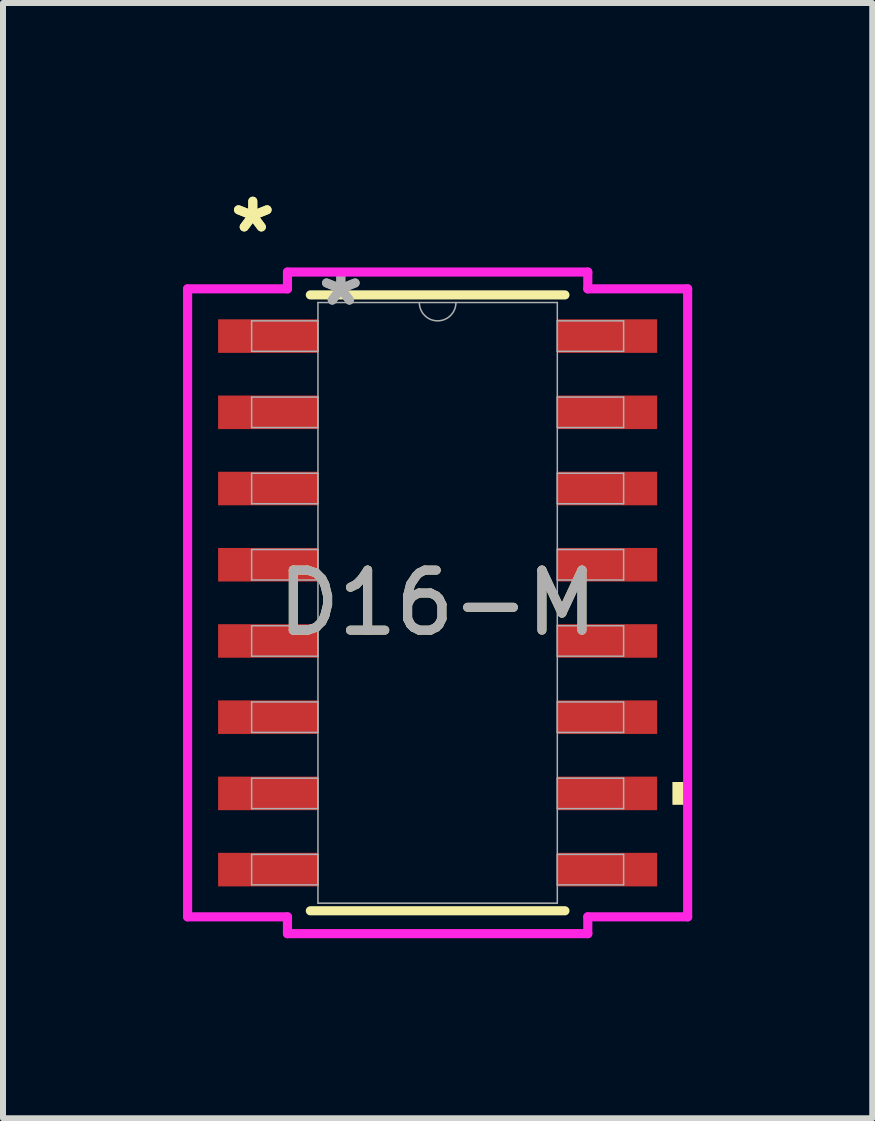
<source format=kicad_pcb>
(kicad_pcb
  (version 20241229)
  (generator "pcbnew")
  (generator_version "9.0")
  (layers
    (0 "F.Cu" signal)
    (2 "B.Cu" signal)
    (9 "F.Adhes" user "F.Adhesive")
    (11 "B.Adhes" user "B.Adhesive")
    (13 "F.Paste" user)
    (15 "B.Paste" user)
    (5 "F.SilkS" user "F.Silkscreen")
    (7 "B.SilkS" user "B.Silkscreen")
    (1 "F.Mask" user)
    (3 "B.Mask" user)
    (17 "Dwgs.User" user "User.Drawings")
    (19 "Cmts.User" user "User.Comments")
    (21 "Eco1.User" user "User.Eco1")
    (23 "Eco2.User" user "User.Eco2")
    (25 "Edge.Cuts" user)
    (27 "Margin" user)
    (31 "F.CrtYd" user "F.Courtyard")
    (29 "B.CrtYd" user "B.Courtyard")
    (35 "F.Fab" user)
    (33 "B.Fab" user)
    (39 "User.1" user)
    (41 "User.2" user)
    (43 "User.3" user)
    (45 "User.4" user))
  (footprint "D16-M"
    (layer "F.Cu")
    (at 4.242 6.995)
    (property "Reference" "D16-M" (at 0 0 0) (unlocked yes) (layer "F.SilkS") (effects (font (size 1 1) (thickness 0.15))))
    (attr smd)
    (fp_line (start -2.121 5.131) (end 2.121 5.131) (stroke (width 0.152) (type solid)) (layer "F.SilkS"))
    (fp_line (start 2.121 -5.131) (end -2.121 -5.131) (stroke (width 0.152) (type solid)) (layer "F.SilkS"))
    (fp_poly (pts (xy 4.166 2.985) (xy 4.166 3.365) (xy 3.912 3.365) (xy 3.912 2.985)) (stroke (width 0) (type solid)) (fill yes) (layer "F.SilkS"))
    (fp_line (start -4.166 -5.232) (end -2.502 -5.232) (stroke (width 0.152) (type solid)) (layer "F.CrtYd"))
    (fp_line (start -4.166 5.232) (end -4.166 -5.232) (stroke (width 0.152) (type solid)) (layer "F.CrtYd"))
    (fp_line (start -4.166 5.232) (end -2.502 5.232) (stroke (width 0.152) (type solid)) (layer "F.CrtYd"))
    (fp_line (start -2.502 -5.512) (end 2.502 -5.512) (stroke (width 0.152) (type solid)) (layer "F.CrtYd"))
    (fp_line (start -2.502 -5.232) (end -2.502 -5.512) (stroke (width 0.152) (type solid)) (layer "F.CrtYd"))
    (fp_line (start -2.502 5.512) (end -2.502 5.232) (stroke (width 0.152) (type solid)) (layer "F.CrtYd"))
    (fp_line (start 2.502 -5.512) (end 2.502 -5.232) (stroke (width 0.152) (type solid)) (layer "F.CrtYd"))
    (fp_line (start 2.502 5.232) (end 2.502 5.512) (stroke (width 0.152) (type solid)) (layer "F.CrtYd"))
    (fp_line (start 2.502 5.512) (end -2.502 5.512) (stroke (width 0.152) (type solid)) (layer "F.CrtYd"))
    (fp_line (start 4.166 -5.232) (end 2.502 -5.232) (stroke (width 0.152) (type solid)) (layer "F.CrtYd"))
    (fp_line (start 4.166 -5.232) (end 4.166 5.232) (stroke (width 0.152) (type solid)) (layer "F.CrtYd"))
    (fp_line (start 4.166 5.232) (end 2.502 5.232) (stroke (width 0.152) (type solid)) (layer "F.CrtYd"))
    (fp_line (start -3.099 -4.699) (end -3.099 -4.191) (stroke (width 0.025) (type solid)) (layer "F.Fab"))
    (fp_line (start -3.099 -4.191) (end -1.994 -4.191) (stroke (width 0.025) (type solid)) (layer "F.Fab"))
    (fp_line (start -3.099 -3.429) (end -3.099 -2.921) (stroke (width 0.025) (type solid)) (layer "F.Fab"))
    (fp_line (start -3.099 -2.921) (end -1.994 -2.921) (stroke (width 0.025) (type solid)) (layer "F.Fab"))
    (fp_line (start -3.099 -2.159) (end -3.099 -1.651) (stroke (width 0.025) (type solid)) (layer "F.Fab"))
    (fp_line (start -3.099 -1.651) (end -1.994 -1.651) (stroke (width 0.025) (type solid)) (layer "F.Fab"))
    (fp_line (start -3.099 -0.889) (end -3.099 -0.381) (stroke (width 0.025) (type solid)) (layer "F.Fab"))
    (fp_line (start -3.099 -0.381) (end -1.994 -0.381) (stroke (width 0.025) (type solid)) (layer "F.Fab"))
    (fp_line (start -3.099 0.381) (end -3.099 0.889) (stroke (width 0.025) (type solid)) (layer "F.Fab"))
    (fp_line (start -3.099 0.889) (end -1.994 0.889) (stroke (width 0.025) (type solid)) (layer "F.Fab"))
    (fp_line (start -3.099 1.651) (end -3.099 2.159) (stroke (width 0.025) (type solid)) (layer "F.Fab"))
    (fp_line (start -3.099 2.159) (end -1.994 2.159) (stroke (width 0.025) (type solid)) (layer "F.Fab"))
    (fp_line (start -3.099 2.921) (end -3.099 3.429) (stroke (width 0.025) (type solid)) (layer "F.Fab"))
    (fp_line (start -3.099 3.429) (end -1.994 3.429) (stroke (width 0.025) (type solid)) (layer "F.Fab"))
    (fp_line (start -3.099 4.191) (end -3.099 4.699) (stroke (width 0.025) (type solid)) (layer "F.Fab"))
    (fp_line (start -3.099 4.699) (end -1.994 4.699) (stroke (width 0.025) (type solid)) (layer "F.Fab"))
    (fp_line (start -1.994 -5.004) (end -1.994 5.004) (stroke (width 0.025) (type solid)) (layer "F.Fab"))
    (fp_line (start -1.994 -4.699) (end -3.099 -4.699) (stroke (width 0.025) (type solid)) (layer "F.Fab"))
    (fp_line (start -1.994 -4.191) (end -1.994 -4.699) (stroke (width 0.025) (type solid)) (layer "F.Fab"))
    (fp_line (start -1.994 -3.429) (end -3.099 -3.429) (stroke (width 0.025) (type solid)) (layer "F.Fab"))
    (fp_line (start -1.994 -2.921) (end -1.994 -3.429) (stroke (width 0.025) (type solid)) (layer "F.Fab"))
    (fp_line (start -1.994 -2.159) (end -3.099 -2.159) (stroke (width 0.025) (type solid)) (layer "F.Fab"))
    (fp_line (start -1.994 -1.651) (end -1.994 -2.159) (stroke (width 0.025) (type solid)) (layer "F.Fab"))
    (fp_line (start -1.994 -0.889) (end -3.099 -0.889) (stroke (width 0.025) (type solid)) (layer "F.Fab"))
    (fp_line (start -1.994 -0.381) (end -1.994 -0.889) (stroke (width 0.025) (type solid)) (layer "F.Fab"))
    (fp_line (start -1.994 0.381) (end -3.099 0.381) (stroke (width 0.025) (type solid)) (layer "F.Fab"))
    (fp_line (start -1.994 0.889) (end -1.994 0.381) (stroke (width 0.025) (type solid)) (layer "F.Fab"))
    (fp_line (start -1.994 1.651) (end -3.099 1.651) (stroke (width 0.025) (type solid)) (layer "F.Fab"))
    (fp_line (start -1.994 2.159) (end -1.994 1.651) (stroke (width 0.025) (type solid)) (layer "F.Fab"))
    (fp_line (start -1.994 2.921) (end -3.099 2.921) (stroke (width 0.025) (type solid)) (layer "F.Fab"))
    (fp_line (start -1.994 3.429) (end -1.994 2.921) (stroke (width 0.025) (type solid)) (layer "F.Fab"))
    (fp_line (start -1.994 4.191) (end -3.099 4.191) (stroke (width 0.025) (type solid)) (layer "F.Fab"))
    (fp_line (start -1.994 4.699) (end -1.994 4.191) (stroke (width 0.025) (type solid)) (layer "F.Fab"))
    (fp_line (start -1.994 5.004) (end 1.994 5.004) (stroke (width 0.025) (type solid)) (layer "F.Fab"))
    (fp_line (start 1.994 -5.004) (end -1.994 -5.004) (stroke (width 0.025) (type solid)) (layer "F.Fab"))
    (fp_line (start 1.994 -4.699) (end 1.994 -4.191) (stroke (width 0.025) (type solid)) (layer "F.Fab"))
    (fp_line (start 1.994 -4.191) (end 3.099 -4.191) (stroke (width 0.025) (type solid)) (layer "F.Fab"))
    (fp_line (start 1.994 -3.429) (end 1.994 -2.921) (stroke (width 0.025) (type solid)) (layer "F.Fab"))
    (fp_line (start 1.994 -2.921) (end 3.099 -2.921) (stroke (width 0.025) (type solid)) (layer "F.Fab"))
    (fp_line (start 1.994 -2.159) (end 1.994 -1.651) (stroke (width 0.025) (type solid)) (layer "F.Fab"))
    (fp_line (start 1.994 -1.651) (end 3.099 -1.651) (stroke (width 0.025) (type solid)) (layer "F.Fab"))
    (fp_line (start 1.994 -0.889) (end 1.994 -0.381) (stroke (width 0.025) (type solid)) (layer "F.Fab"))
    (fp_line (start 1.994 -0.381) (end 3.099 -0.381) (stroke (width 0.025) (type solid)) (layer "F.Fab"))
    (fp_line (start 1.994 0.381) (end 1.994 0.889) (stroke (width 0.025) (type solid)) (layer "F.Fab"))
    (fp_line (start 1.994 0.889) (end 3.099 0.889) (stroke (width 0.025) (type solid)) (layer "F.Fab"))
    (fp_line (start 1.994 1.651) (end 1.994 2.159) (stroke (width 0.025) (type solid)) (layer "F.Fab"))
    (fp_line (start 1.994 2.159) (end 3.099 2.159) (stroke (width 0.025) (type solid)) (layer "F.Fab"))
    (fp_line (start 1.994 2.921) (end 1.994 3.429) (stroke (width 0.025) (type solid)) (layer "F.Fab"))
    (fp_line (start 1.994 3.429) (end 3.099 3.429) (stroke (width 0.025) (type solid)) (layer "F.Fab"))
    (fp_line (start 1.994 4.191) (end 1.994 4.699) (stroke (width 0.025) (type solid)) (layer "F.Fab"))
    (fp_line (start 1.994 4.699) (end 3.099 4.699) (stroke (width 0.025) (type solid)) (layer "F.Fab"))
    (fp_line (start 1.994 5.004) (end 1.994 -5.004) (stroke (width 0.025) (type solid)) (layer "F.Fab"))
    (fp_line (start 3.099 -4.699) (end 1.994 -4.699) (stroke (width 0.025) (type solid)) (layer "F.Fab"))
    (fp_line (start 3.099 -4.191) (end 3.099 -4.699) (stroke (width 0.025) (type solid)) (layer "F.Fab"))
    (fp_line (start 3.099 -3.429) (end 1.994 -3.429) (stroke (width 0.025) (type solid)) (layer "F.Fab"))
    (fp_line (start 3.099 -2.921) (end 3.099 -3.429) (stroke (width 0.025) (type solid)) (layer "F.Fab"))
    (fp_line (start 3.099 -2.159) (end 1.994 -2.159) (stroke (width 0.025) (type solid)) (layer "F.Fab"))
    (fp_line (start 3.099 -1.651) (end 3.099 -2.159) (stroke (width 0.025) (type solid)) (layer "F.Fab"))
    (fp_line (start 3.099 -0.889) (end 1.994 -0.889) (stroke (width 0.025) (type solid)) (layer "F.Fab"))
    (fp_line (start 3.099 -0.381) (end 3.099 -0.889) (stroke (width 0.025) (type solid)) (layer "F.Fab"))
    (fp_line (start 3.099 0.381) (end 1.994 0.381) (stroke (width 0.025) (type solid)) (layer "F.Fab"))
    (fp_line (start 3.099 0.889) (end 3.099 0.381) (stroke (width 0.025) (type solid)) (layer "F.Fab"))
    (fp_line (start 3.099 1.651) (end 1.994 1.651) (stroke (width 0.025) (type solid)) (layer "F.Fab"))
    (fp_line (start 3.099 2.159) (end 3.099 1.651) (stroke (width 0.025) (type solid)) (layer "F.Fab"))
    (fp_line (start 3.099 2.921) (end 1.994 2.921) (stroke (width 0.025) (type solid)) (layer "F.Fab"))
    (fp_line (start 3.099 3.429) (end 3.099 2.921) (stroke (width 0.025) (type solid)) (layer "F.Fab"))
    (fp_line (start 3.099 4.191) (end 1.994 4.191) (stroke (width 0.025) (type solid)) (layer "F.Fab"))
    (fp_line (start 3.099 4.699) (end 3.099 4.191) (stroke (width 0.025) (type solid)) (layer "F.Fab"))
    (fp_arc (start 0.3048 -5.0038) (mid 0 -4.699) (end -0.3048 -5.0038) (stroke (width 0.0254) (type solid)) (layer "F.Fab"))
    (fp_text user "*" (at -3.08 -6.147 0) (unlocked yes) (layer "F.SilkS") (effects (font (size 1 1) (thickness 0.15))))
    (fp_text user "*" (at -3.08 -6.147 0) (layer "F.SilkS") (effects (font (size 1 1) (thickness 0.15))))
    (fp_text user "${REFERENCE}" (at 0 0 0) (unlocked yes) (layer "F.Fab") (effects (font (size 1 1) (thickness 0.15))))
    (fp_text user "*" (at -1.613 -4.928 0) (layer "F.Fab") (effects (font (size 1 1) (thickness 0.15))))
    (fp_text user "*" (at -1.613 -4.928 0) (unlocked yes) (layer "F.Fab") (effects (font (size 1 1) (thickness 0.15))))
    (pad "1" smd rect (at -2.826 -4.445) (size 1.664 0.559) (layers "F.Cu" "F.Mask" "F.Paste"))
    (pad "2" smd rect (at -2.826 -3.175) (size 1.664 0.559) (layers "F.Cu" "F.Mask" "F.Paste"))
    (pad "3" smd rect (at -2.826 -1.905) (size 1.664 0.559) (layers "F.Cu" "F.Mask" "F.Paste"))
    (pad "4" smd rect (at -2.826 -0.635) (size 1.664 0.559) (layers "F.Cu" "F.Mask" "F.Paste"))
    (pad "5" smd rect (at -2.826 0.635) (size 1.664 0.559) (layers "F.Cu" "F.Mask" "F.Paste"))
    (pad "6" smd rect (at -2.826 1.905) (size 1.664 0.559) (layers "F.Cu" "F.Mask" "F.Paste"))
    (pad "7" smd rect (at -2.826 3.175) (size 1.664 0.559) (layers "F.Cu" "F.Mask" "F.Paste"))
    (pad "8" smd rect (at -2.826 4.445) (size 1.664 0.559) (layers "F.Cu" "F.Mask" "F.Paste"))
    (pad "9" smd rect (at 2.826 4.445) (size 1.664 0.559) (layers "F.Cu" "F.Mask" "F.Paste"))
    (pad "10" smd rect (at 2.826 3.175) (size 1.664 0.559) (layers "F.Cu" "F.Mask" "F.Paste"))
    (pad "11" smd rect (at 2.826 1.905) (size 1.664 0.559) (layers "F.Cu" "F.Mask" "F.Paste"))
    (pad "12" smd rect (at 2.826 0.635) (size 1.664 0.559) (layers "F.Cu" "F.Mask" "F.Paste"))
    (pad "13" smd rect (at 2.826 -0.635) (size 1.664 0.559) (layers "F.Cu" "F.Mask" "F.Paste"))
    (pad "14" smd rect (at 2.826 -1.905) (size 1.664 0.559) (layers "F.Cu" "F.Mask" "F.Paste"))
    (pad "15" smd rect (at 2.826 -3.175) (size 1.664 0.559) (layers "F.Cu" "F.Mask" "F.Paste"))
    (pad "16" smd rect (at 2.826 -4.445) (size 1.664 0.559) (layers "F.Cu" "F.Mask" "F.Paste")))
  (gr_rect
    (start -3 -3)
    (end 11.484 15.583)
    (stroke (width 0.1) (type default))
    (fill no)
    (layer "Edge.Cuts")))
</source>
